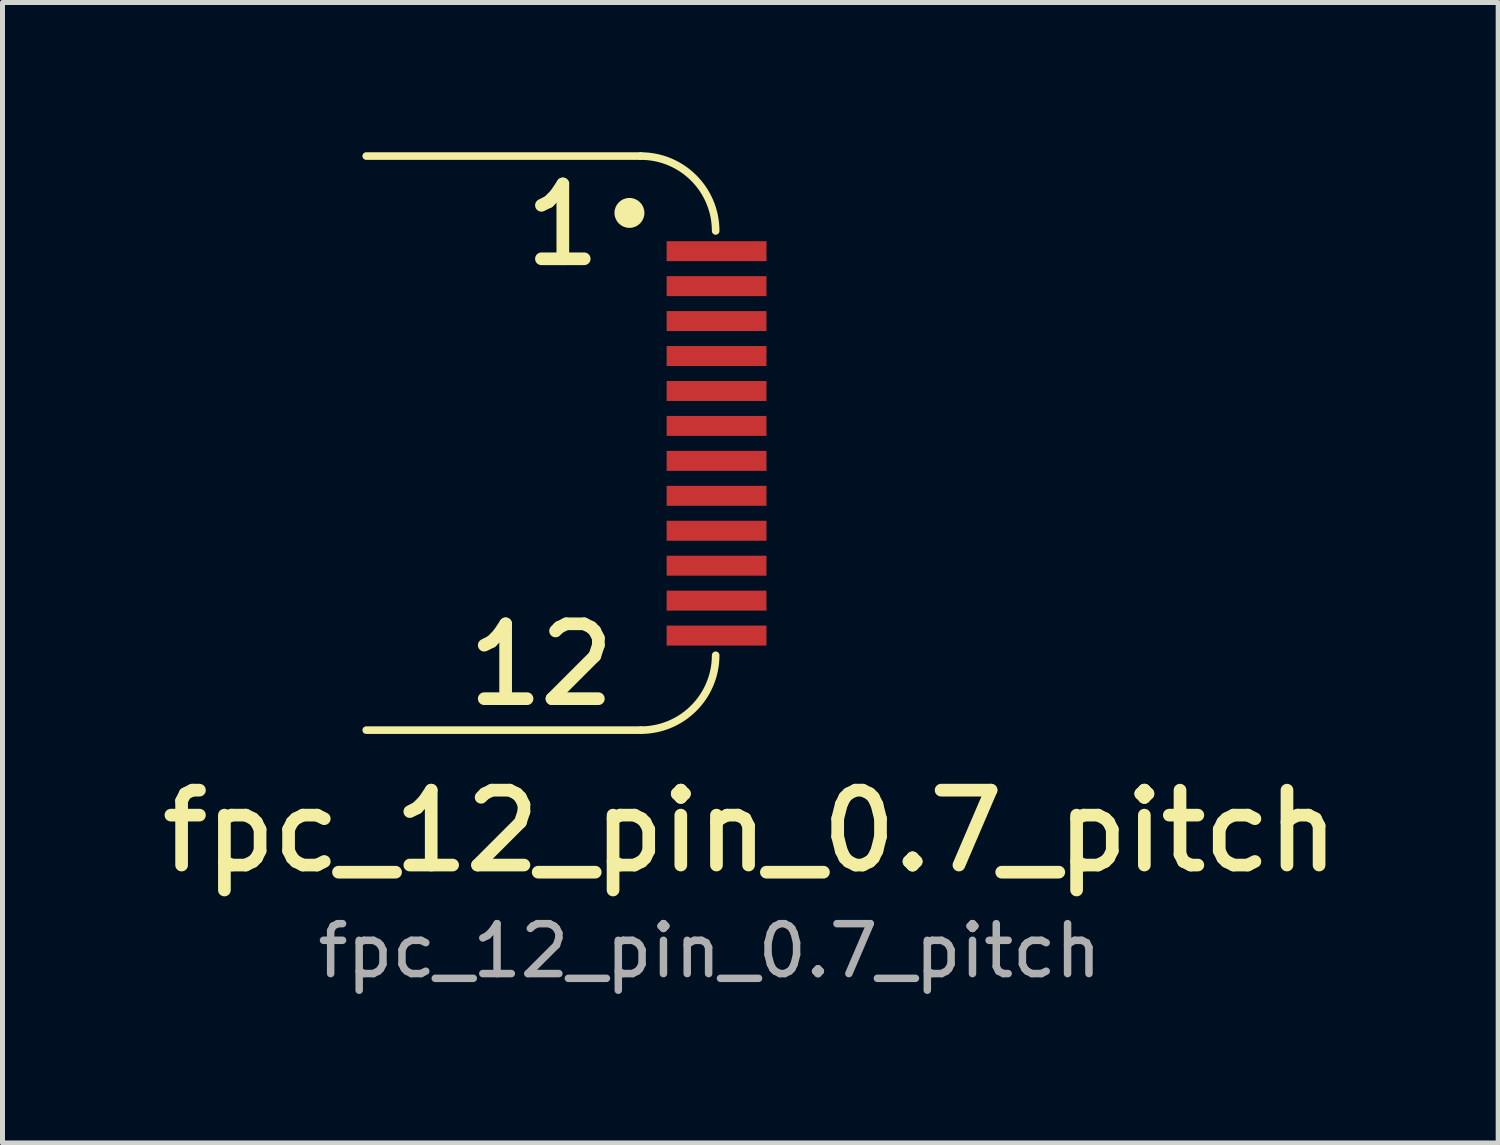
<source format=kicad_pcb>
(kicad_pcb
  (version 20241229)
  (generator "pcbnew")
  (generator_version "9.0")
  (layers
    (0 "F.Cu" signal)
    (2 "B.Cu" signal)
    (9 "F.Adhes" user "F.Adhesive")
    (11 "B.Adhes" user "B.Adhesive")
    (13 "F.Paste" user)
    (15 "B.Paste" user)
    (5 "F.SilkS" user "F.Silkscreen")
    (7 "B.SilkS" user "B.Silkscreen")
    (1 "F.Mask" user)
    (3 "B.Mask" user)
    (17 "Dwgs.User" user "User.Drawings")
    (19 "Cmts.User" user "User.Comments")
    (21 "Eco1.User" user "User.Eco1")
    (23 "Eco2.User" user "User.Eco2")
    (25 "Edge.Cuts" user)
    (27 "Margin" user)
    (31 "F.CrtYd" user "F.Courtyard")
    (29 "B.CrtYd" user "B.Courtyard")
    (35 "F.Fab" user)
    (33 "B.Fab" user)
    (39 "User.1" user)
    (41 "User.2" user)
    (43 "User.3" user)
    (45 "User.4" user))
  (footprint "fpc_12_pin_0.7_pitch"
    (layer "F.Cu")
    (at 11.281 5.84)
    (property "Reference" "fpc_12_pin_0.7_pitch" (at 0.7 7.758 0) (unlocked yes) (layer "F.SilkS") (effects (font (size 1.5 1.5) (thickness 0.254) (bold yes))))
    (attr smd)
    (fp_line (start -6.995 5.736) (end -1.495 5.736) (stroke (width 0.152) (type solid)) (layer "F.SilkS"))
    (fp_line (start -1.495 -5.764) (end -6.995 -5.764) (stroke (width 0.152) (type solid)) (layer "F.SilkS"))
    (fp_arc (start -1.494667 -5.763754) (mid -0.433831 -5.324238) (end 0.005333 -4.263257) (stroke (width 0.152) (type solid)) (layer "F.SilkS"))
    (fp_arc (start 0.005333 4.236246) (mid -0.434183 5.297082) (end -1.495164 5.736246) (stroke (width 0.152) (type solid)) (layer "F.SilkS"))
    (fp_circle (center -1.722 -4.625) (end -1.972 -4.625) (stroke (width 0.1) (type solid)) (fill yes) (layer "F.SilkS"))
    (fp_text user "12" (at -1.892 5.303 0) (unlocked yes) (layer "F.SilkS") (effects (font (size 1.5 1.5) (thickness 0.254) (bold yes)) (justify right bottom)))
    (fp_text user "1" (at -2.175 -3.509 0) (unlocked yes) (layer "F.SilkS") (effects (font (size 1.5 1.5) (thickness 0.254) (bold yes)) (justify right bottom)))
    (fp_text user "${REFERENCE}" (at -0.112 10.158 0) (unlocked yes) (layer "F.Fab") (effects (font (size 1 1) (thickness 0.15))))
    (pad "1" smd rect (at 0.023 -3.858 180) (size 2 0.4) (layers "F.Cu" "F.Mask" "F.Paste"))
    (pad "2" smd rect (at 0.023 -3.158 180) (size 2 0.4) (layers "F.Cu" "F.Mask" "F.Paste"))
    (pad "3" smd rect (at 0.023 -2.458 180) (size 2 0.4) (layers "F.Cu" "F.Mask" "F.Paste"))
    (pad "4" smd rect (at 0.023 -1.758 180) (size 2 0.4) (layers "F.Cu" "F.Mask" "F.Paste"))
    (pad "5" smd rect (at 0.023 -1.058 180) (size 2 0.4) (layers "F.Cu" "F.Mask" "F.Paste"))
    (pad "6" smd rect (at 0.023 -0.358 180) (size 2 0.4) (layers "F.Cu" "F.Mask" "F.Paste"))
    (pad "7" smd rect (at 0.023 0.342 180) (size 2 0.4) (layers "F.Cu" "F.Mask" "F.Paste"))
    (pad "8" smd rect (at 0.023 1.042 180) (size 2 0.4) (layers "F.Cu" "F.Mask" "F.Paste"))
    (pad "9" smd rect (at 0.023 1.742 180) (size 2 0.4) (layers "F.Cu" "F.Mask" "F.Paste"))
    (pad "10" smd rect (at 0.023 2.442 180) (size 2 0.4) (layers "F.Cu" "F.Mask" "F.Paste"))
    (pad "11" smd rect (at 0.023 3.142 180) (size 2 0.4) (layers "F.Cu" "F.Mask" "F.Paste"))
    (pad "12" smd rect (at 0.023 3.842 180) (size 2 0.4) (layers "F.Cu" "F.Mask" "F.Paste")))
  (gr_rect
    (start -3 -3)
    (end 26.962 19.846)
    (stroke (width 0.1) (type default))
    (fill no)
    (layer "Edge.Cuts")))
</source>
